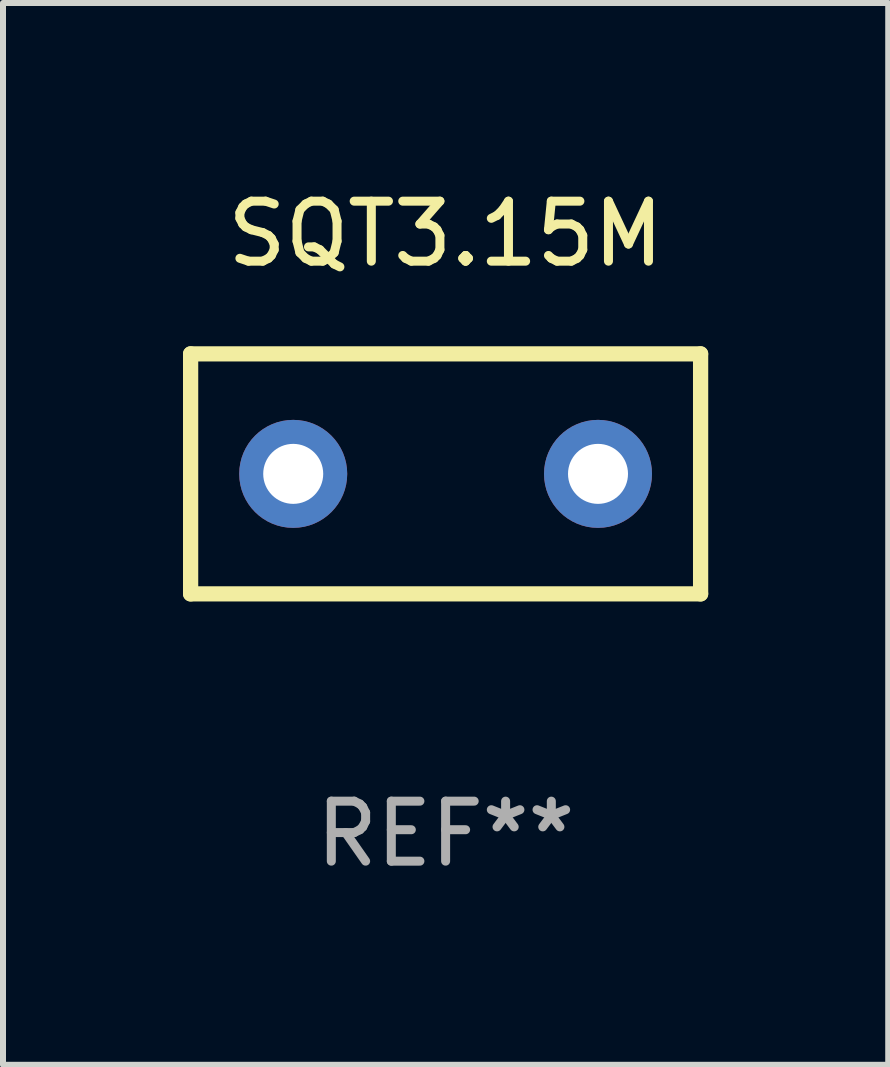
<source format=kicad_pcb>
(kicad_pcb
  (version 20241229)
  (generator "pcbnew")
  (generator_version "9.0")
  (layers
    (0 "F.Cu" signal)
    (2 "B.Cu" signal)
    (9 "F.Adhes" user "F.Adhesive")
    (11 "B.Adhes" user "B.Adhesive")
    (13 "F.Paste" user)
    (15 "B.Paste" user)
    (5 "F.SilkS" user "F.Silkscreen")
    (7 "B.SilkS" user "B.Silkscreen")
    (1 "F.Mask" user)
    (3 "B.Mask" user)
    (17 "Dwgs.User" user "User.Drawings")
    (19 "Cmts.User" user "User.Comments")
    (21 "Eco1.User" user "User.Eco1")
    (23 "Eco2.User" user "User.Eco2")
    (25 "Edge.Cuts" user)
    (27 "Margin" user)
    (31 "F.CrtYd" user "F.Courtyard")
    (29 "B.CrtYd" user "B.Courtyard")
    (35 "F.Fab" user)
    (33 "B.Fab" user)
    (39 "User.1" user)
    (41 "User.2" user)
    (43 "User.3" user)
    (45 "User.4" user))
  (footprint "SQT3.15M"
    (layer "F.Cu")
    (at 4.377 4.848)
    (property "Reference" "SQT3.15M" (at 0 -4 0) (layer "F.SilkS") (effects (font (size 1 1) (thickness 0.15))))
    (attr through_hole)
    (fp_line (start -4.25 2) (end -4.25 -2) (stroke (width 0.254) (type solid)) (layer "F.SilkS"))
    (fp_line (start -4.25 -2) (end 4.25 -2) (stroke (width 0.254) (type solid)) (layer "F.SilkS"))
    (fp_line (start 4.25 2) (end -4.25 2) (stroke (width 0.254) (type solid)) (layer "F.SilkS"))
    (fp_line (start 4.25 -2) (end 4.25 2) (stroke (width 0.254) (type solid)) (layer "F.SilkS"))
    (fp_circle (center -4.25 2) (end -4.22 2) (stroke (width 0.06) (type solid)) (fill no) (layer "F.SilkS"))
    (fp_text user "REF**" (at 0 6 0) (layer "F.Fab") (effects (font (size 1 1) (thickness 0.15))))
    (pad "1" thru_hole circle (at -2.54 0) (size 1.8 1.8) (drill 1) (layers "*.Cu" "*.Mask"))
    (pad "2" thru_hole circle (at 2.54 0) (size 1.8 1.8) (drill 1) (layers "*.Cu" "*.Mask")))
  (gr_rect
    (start -3 -3)
    (end 11.754 14.697)
    (stroke (width 0.1) (type default))
    (fill no)
    (layer "Edge.Cuts")))
</source>
